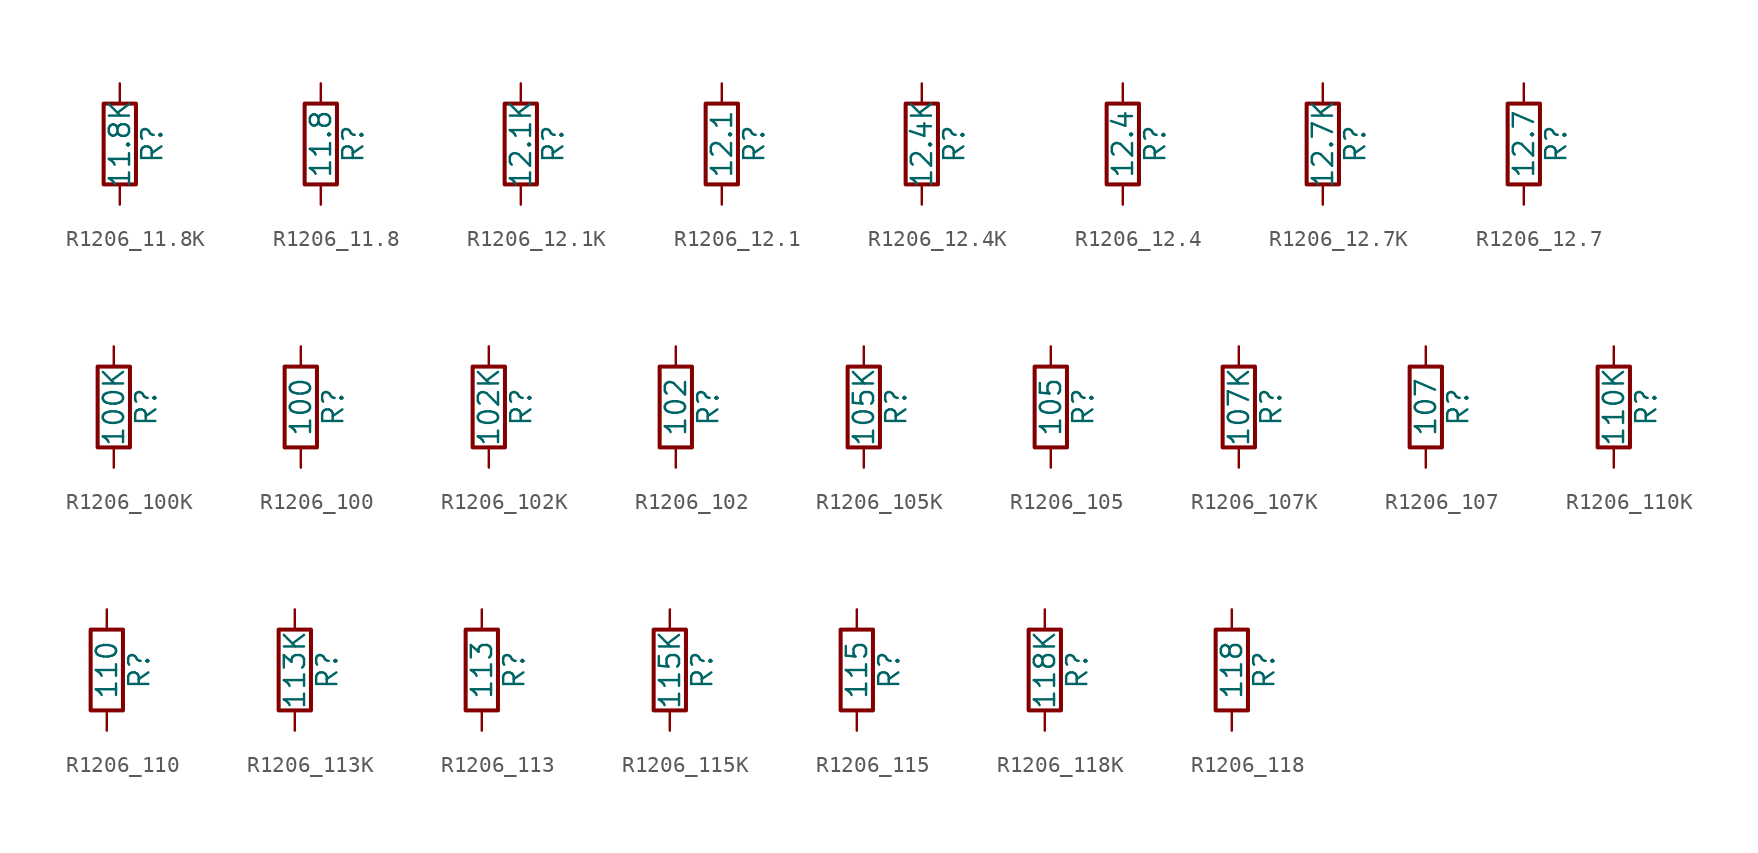
<source format=kicad_sym>
(kicad_symbol_lib
  (version 20211014)
  (generator atlantix-eda)
  (symbol "R1206_11.8K"
    (pin_numbers hide)
    (pin_names
      (offset 0))
    (property "Reference" "R"
      (at 2.032 0 90)
      (effects (font (size 1.27 1.27))))
    (property "Value" "11.8K"
      (at 0 0 90)
      (effects (font (size 1.27 1.27))))
    (symbol "R1206_11.8K_0_1"
      (rectangle (start -1.016 -2.54) (end 1.016 2.54) (stroke (width 0.254) (type default) (color 0 0 0 0)) (fill (type none))))
    (symbol "R1206_11.8K_1_1"
      (pin passive line (at 0 3.81 270) (length 1.27) (name "~" (effects (font (size 1.27 1.27)))) (number "1" (effects (font (size 1.27 1.27)))))
      (pin passive line (at 0 -3.81 90) (length 1.27) (name "~" (effects (font (size 1.27 1.27)))) (number "2" (effects (font (size 1.27 1.27)))))))
  (symbol "R1206_11.8"
    (pin_numbers hide)
    (pin_names
      (offset 0))
    (property "Reference" "R"
      (at 2.032 0 90)
      (effects (font (size 1.27 1.27))))
    (property "Value" "11.8"
      (at 0 0 90)
      (effects (font (size 1.27 1.27))))
    (symbol "R1206_11.8_0_1"
      (rectangle (start -1.016 -2.54) (end 1.016 2.54) (stroke (width 0.254) (type default) (color 0 0 0 0)) (fill (type none))))
    (symbol "R1206_11.8_1_1"
      (pin passive line (at 0 3.81 270) (length 1.27) (name "~" (effects (font (size 1.27 1.27)))) (number "1" (effects (font (size 1.27 1.27)))))
      (pin passive line (at 0 -3.81 90) (length 1.27) (name "~" (effects (font (size 1.27 1.27)))) (number "2" (effects (font (size 1.27 1.27)))))))
  (symbol "R1206_12.1K"
    (pin_numbers hide)
    (pin_names
      (offset 0))
    (property "Reference" "R"
      (at 2.032 0 90)
      (effects (font (size 1.27 1.27))))
    (property "Value" "12.1K"
      (at 0 0 90)
      (effects (font (size 1.27 1.27))))
    (symbol "R1206_12.1K_0_1"
      (rectangle (start -1.016 -2.54) (end 1.016 2.54) (stroke (width 0.254) (type default) (color 0 0 0 0)) (fill (type none))))
    (symbol "R1206_12.1K_1_1"
      (pin passive line (at 0 3.81 270) (length 1.27) (name "~" (effects (font (size 1.27 1.27)))) (number "1" (effects (font (size 1.27 1.27)))))
      (pin passive line (at 0 -3.81 90) (length 1.27) (name "~" (effects (font (size 1.27 1.27)))) (number "2" (effects (font (size 1.27 1.27)))))))
  (symbol "R1206_12.1"
    (pin_numbers hide)
    (pin_names
      (offset 0))
    (property "Reference" "R"
      (at 2.032 0 90)
      (effects (font (size 1.27 1.27))))
    (property "Value" "12.1"
      (at 0 0 90)
      (effects (font (size 1.27 1.27))))
    (symbol "R1206_12.1_0_1"
      (rectangle (start -1.016 -2.54) (end 1.016 2.54) (stroke (width 0.254) (type default) (color 0 0 0 0)) (fill (type none))))
    (symbol "R1206_12.1_1_1"
      (pin passive line (at 0 3.81 270) (length 1.27) (name "~" (effects (font (size 1.27 1.27)))) (number "1" (effects (font (size 1.27 1.27)))))
      (pin passive line (at 0 -3.81 90) (length 1.27) (name "~" (effects (font (size 1.27 1.27)))) (number "2" (effects (font (size 1.27 1.27)))))))
  (symbol "R1206_12.4K"
    (pin_numbers hide)
    (pin_names
      (offset 0))
    (property "Reference" "R"
      (at 2.032 0 90)
      (effects (font (size 1.27 1.27))))
    (property "Value" "12.4K"
      (at 0 0 90)
      (effects (font (size 1.27 1.27))))
    (symbol "R1206_12.4K_0_1"
      (rectangle (start -1.016 -2.54) (end 1.016 2.54) (stroke (width 0.254) (type default) (color 0 0 0 0)) (fill (type none))))
    (symbol "R1206_12.4K_1_1"
      (pin passive line (at 0 3.81 270) (length 1.27) (name "~" (effects (font (size 1.27 1.27)))) (number "1" (effects (font (size 1.27 1.27)))))
      (pin passive line (at 0 -3.81 90) (length 1.27) (name "~" (effects (font (size 1.27 1.27)))) (number "2" (effects (font (size 1.27 1.27)))))))
  (symbol "R1206_12.4"
    (pin_numbers hide)
    (pin_names
      (offset 0))
    (property "Reference" "R"
      (at 2.032 0 90)
      (effects (font (size 1.27 1.27))))
    (property "Value" "12.4"
      (at 0 0 90)
      (effects (font (size 1.27 1.27))))
    (symbol "R1206_12.4_0_1"
      (rectangle (start -1.016 -2.54) (end 1.016 2.54) (stroke (width 0.254) (type default) (color 0 0 0 0)) (fill (type none))))
    (symbol "R1206_12.4_1_1"
      (pin passive line (at 0 3.81 270) (length 1.27) (name "~" (effects (font (size 1.27 1.27)))) (number "1" (effects (font (size 1.27 1.27)))))
      (pin passive line (at 0 -3.81 90) (length 1.27) (name "~" (effects (font (size 1.27 1.27)))) (number "2" (effects (font (size 1.27 1.27)))))))
  (symbol "R1206_12.7K"
    (pin_numbers hide)
    (pin_names
      (offset 0))
    (property "Reference" "R"
      (at 2.032 0 90)
      (effects (font (size 1.27 1.27))))
    (property "Value" "12.7K"
      (at 0 0 90)
      (effects (font (size 1.27 1.27))))
    (symbol "R1206_12.7K_0_1"
      (rectangle (start -1.016 -2.54) (end 1.016 2.54) (stroke (width 0.254) (type default) (color 0 0 0 0)) (fill (type none))))
    (symbol "R1206_12.7K_1_1"
      (pin passive line (at 0 3.81 270) (length 1.27) (name "~" (effects (font (size 1.27 1.27)))) (number "1" (effects (font (size 1.27 1.27)))))
      (pin passive line (at 0 -3.81 90) (length 1.27) (name "~" (effects (font (size 1.27 1.27)))) (number "2" (effects (font (size 1.27 1.27)))))))
  (symbol "R1206_12.7"
    (pin_numbers hide)
    (pin_names
      (offset 0))
    (property "Reference" "R"
      (at 2.032 0 90)
      (effects (font (size 1.27 1.27))))
    (property "Value" "12.7"
      (at 0 0 90)
      (effects (font (size 1.27 1.27))))
    (symbol "R1206_12.7_0_1"
      (rectangle (start -1.016 -2.54) (end 1.016 2.54) (stroke (width 0.254) (type default) (color 0 0 0 0)) (fill (type none))))
    (symbol "R1206_12.7_1_1"
      (pin passive line (at 0 3.81 270) (length 1.27) (name "~" (effects (font (size 1.27 1.27)))) (number "1" (effects (font (size 1.27 1.27)))))
      (pin passive line (at 0 -3.81 90) (length 1.27) (name "~" (effects (font (size 1.27 1.27)))) (number "2" (effects (font (size 1.27 1.27)))))))
  (symbol "R1206_100K"
    (pin_numbers hide)
    (pin_names
      (offset 0))
    (property "Reference" "R"
      (at 2.032 0 90)
      (effects (font (size 1.27 1.27))))
    (property "Value" "100K"
      (at 0 0 90)
      (effects (font (size 1.27 1.27))))
    (symbol "R1206_100K_0_1"
      (rectangle (start -1.016 -2.54) (end 1.016 2.54) (stroke (width 0.254) (type default) (color 0 0 0 0)) (fill (type none))))
    (symbol "R1206_100K_1_1"
      (pin passive line (at 0 3.81 270) (length 1.27) (name "~" (effects (font (size 1.27 1.27)))) (number "1" (effects (font (size 1.27 1.27)))))
      (pin passive line (at 0 -3.81 90) (length 1.27) (name "~" (effects (font (size 1.27 1.27)))) (number "2" (effects (font (size 1.27 1.27)))))))
  (symbol "R1206_100"
    (pin_numbers hide)
    (pin_names
      (offset 0))
    (property "Reference" "R"
      (at 2.032 0 90)
      (effects (font (size 1.27 1.27))))
    (property "Value" "100"
      (at 0 0 90)
      (effects (font (size 1.27 1.27))))
    (symbol "R1206_100_0_1"
      (rectangle (start -1.016 -2.54) (end 1.016 2.54) (stroke (width 0.254) (type default) (color 0 0 0 0)) (fill (type none))))
    (symbol "R1206_100_1_1"
      (pin passive line (at 0 3.81 270) (length 1.27) (name "~" (effects (font (size 1.27 1.27)))) (number "1" (effects (font (size 1.27 1.27)))))
      (pin passive line (at 0 -3.81 90) (length 1.27) (name "~" (effects (font (size 1.27 1.27)))) (number "2" (effects (font (size 1.27 1.27)))))))
  (symbol "R1206_102K"
    (pin_numbers hide)
    (pin_names
      (offset 0))
    (property "Reference" "R"
      (at 2.032 0 90)
      (effects (font (size 1.27 1.27))))
    (property "Value" "102K"
      (at 0 0 90)
      (effects (font (size 1.27 1.27))))
    (symbol "R1206_102K_0_1"
      (rectangle (start -1.016 -2.54) (end 1.016 2.54) (stroke (width 0.254) (type default) (color 0 0 0 0)) (fill (type none))))
    (symbol "R1206_102K_1_1"
      (pin passive line (at 0 3.81 270) (length 1.27) (name "~" (effects (font (size 1.27 1.27)))) (number "1" (effects (font (size 1.27 1.27)))))
      (pin passive line (at 0 -3.81 90) (length 1.27) (name "~" (effects (font (size 1.27 1.27)))) (number "2" (effects (font (size 1.27 1.27)))))))
  (symbol "R1206_102"
    (pin_numbers hide)
    (pin_names
      (offset 0))
    (property "Reference" "R"
      (at 2.032 0 90)
      (effects (font (size 1.27 1.27))))
    (property "Value" "102"
      (at 0 0 90)
      (effects (font (size 1.27 1.27))))
    (symbol "R1206_102_0_1"
      (rectangle (start -1.016 -2.54) (end 1.016 2.54) (stroke (width 0.254) (type default) (color 0 0 0 0)) (fill (type none))))
    (symbol "R1206_102_1_1"
      (pin passive line (at 0 3.81 270) (length 1.27) (name "~" (effects (font (size 1.27 1.27)))) (number "1" (effects (font (size 1.27 1.27)))))
      (pin passive line (at 0 -3.81 90) (length 1.27) (name "~" (effects (font (size 1.27 1.27)))) (number "2" (effects (font (size 1.27 1.27)))))))
  (symbol "R1206_105K"
    (pin_numbers hide)
    (pin_names
      (offset 0))
    (property "Reference" "R"
      (at 2.032 0 90)
      (effects (font (size 1.27 1.27))))
    (property "Value" "105K"
      (at 0 0 90)
      (effects (font (size 1.27 1.27))))
    (symbol "R1206_105K_0_1"
      (rectangle (start -1.016 -2.54) (end 1.016 2.54) (stroke (width 0.254) (type default) (color 0 0 0 0)) (fill (type none))))
    (symbol "R1206_105K_1_1"
      (pin passive line (at 0 3.81 270) (length 1.27) (name "~" (effects (font (size 1.27 1.27)))) (number "1" (effects (font (size 1.27 1.27)))))
      (pin passive line (at 0 -3.81 90) (length 1.27) (name "~" (effects (font (size 1.27 1.27)))) (number "2" (effects (font (size 1.27 1.27)))))))
  (symbol "R1206_105"
    (pin_numbers hide)
    (pin_names
      (offset 0))
    (property "Reference" "R"
      (at 2.032 0 90)
      (effects (font (size 1.27 1.27))))
    (property "Value" "105"
      (at 0 0 90)
      (effects (font (size 1.27 1.27))))
    (symbol "R1206_105_0_1"
      (rectangle (start -1.016 -2.54) (end 1.016 2.54) (stroke (width 0.254) (type default) (color 0 0 0 0)) (fill (type none))))
    (symbol "R1206_105_1_1"
      (pin passive line (at 0 3.81 270) (length 1.27) (name "~" (effects (font (size 1.27 1.27)))) (number "1" (effects (font (size 1.27 1.27)))))
      (pin passive line (at 0 -3.81 90) (length 1.27) (name "~" (effects (font (size 1.27 1.27)))) (number "2" (effects (font (size 1.27 1.27)))))))
  (symbol "R1206_107K"
    (pin_numbers hide)
    (pin_names
      (offset 0))
    (property "Reference" "R"
      (at 2.032 0 90)
      (effects (font (size 1.27 1.27))))
    (property "Value" "107K"
      (at 0 0 90)
      (effects (font (size 1.27 1.27))))
    (symbol "R1206_107K_0_1"
      (rectangle (start -1.016 -2.54) (end 1.016 2.54) (stroke (width 0.254) (type default) (color 0 0 0 0)) (fill (type none))))
    (symbol "R1206_107K_1_1"
      (pin passive line (at 0 3.81 270) (length 1.27) (name "~" (effects (font (size 1.27 1.27)))) (number "1" (effects (font (size 1.27 1.27)))))
      (pin passive line (at 0 -3.81 90) (length 1.27) (name "~" (effects (font (size 1.27 1.27)))) (number "2" (effects (font (size 1.27 1.27)))))))
  (symbol "R1206_107"
    (pin_numbers hide)
    (pin_names
      (offset 0))
    (property "Reference" "R"
      (at 2.032 0 90)
      (effects (font (size 1.27 1.27))))
    (property "Value" "107"
      (at 0 0 90)
      (effects (font (size 1.27 1.27))))
    (symbol "R1206_107_0_1"
      (rectangle (start -1.016 -2.54) (end 1.016 2.54) (stroke (width 0.254) (type default) (color 0 0 0 0)) (fill (type none))))
    (symbol "R1206_107_1_1"
      (pin passive line (at 0 3.81 270) (length 1.27) (name "~" (effects (font (size 1.27 1.27)))) (number "1" (effects (font (size 1.27 1.27)))))
      (pin passive line (at 0 -3.81 90) (length 1.27) (name "~" (effects (font (size 1.27 1.27)))) (number "2" (effects (font (size 1.27 1.27)))))))
  (symbol "R1206_110K"
    (pin_numbers hide)
    (pin_names
      (offset 0))
    (property "Reference" "R"
      (at 2.032 0 90)
      (effects (font (size 1.27 1.27))))
    (property "Value" "110K"
      (at 0 0 90)
      (effects (font (size 1.27 1.27))))
    (symbol "R1206_110K_0_1"
      (rectangle (start -1.016 -2.54) (end 1.016 2.54) (stroke (width 0.254) (type default) (color 0 0 0 0)) (fill (type none))))
    (symbol "R1206_110K_1_1"
      (pin passive line (at 0 3.81 270) (length 1.27) (name "~" (effects (font (size 1.27 1.27)))) (number "1" (effects (font (size 1.27 1.27)))))
      (pin passive line (at 0 -3.81 90) (length 1.27) (name "~" (effects (font (size 1.27 1.27)))) (number "2" (effects (font (size 1.27 1.27)))))))
  (symbol "R1206_110"
    (pin_numbers hide)
    (pin_names
      (offset 0))
    (property "Reference" "R"
      (at 2.032 0 90)
      (effects (font (size 1.27 1.27))))
    (property "Value" "110"
      (at 0 0 90)
      (effects (font (size 1.27 1.27))))
    (symbol "R1206_110_0_1"
      (rectangle (start -1.016 -2.54) (end 1.016 2.54) (stroke (width 0.254) (type default) (color 0 0 0 0)) (fill (type none))))
    (symbol "R1206_110_1_1"
      (pin passive line (at 0 3.81 270) (length 1.27) (name "~" (effects (font (size 1.27 1.27)))) (number "1" (effects (font (size 1.27 1.27)))))
      (pin passive line (at 0 -3.81 90) (length 1.27) (name "~" (effects (font (size 1.27 1.27)))) (number "2" (effects (font (size 1.27 1.27)))))))
  (symbol "R1206_113K"
    (pin_numbers hide)
    (pin_names
      (offset 0))
    (property "Reference" "R"
      (at 2.032 0 90)
      (effects (font (size 1.27 1.27))))
    (property "Value" "113K"
      (at 0 0 90)
      (effects (font (size 1.27 1.27))))
    (symbol "R1206_113K_0_1"
      (rectangle (start -1.016 -2.54) (end 1.016 2.54) (stroke (width 0.254) (type default) (color 0 0 0 0)) (fill (type none))))
    (symbol "R1206_113K_1_1"
      (pin passive line (at 0 3.81 270) (length 1.27) (name "~" (effects (font (size 1.27 1.27)))) (number "1" (effects (font (size 1.27 1.27)))))
      (pin passive line (at 0 -3.81 90) (length 1.27) (name "~" (effects (font (size 1.27 1.27)))) (number "2" (effects (font (size 1.27 1.27)))))))
  (symbol "R1206_113"
    (pin_numbers hide)
    (pin_names
      (offset 0))
    (property "Reference" "R"
      (at 2.032 0 90)
      (effects (font (size 1.27 1.27))))
    (property "Value" "113"
      (at 0 0 90)
      (effects (font (size 1.27 1.27))))
    (symbol "R1206_113_0_1"
      (rectangle (start -1.016 -2.54) (end 1.016 2.54) (stroke (width 0.254) (type default) (color 0 0 0 0)) (fill (type none))))
    (symbol "R1206_113_1_1"
      (pin passive line (at 0 3.81 270) (length 1.27) (name "~" (effects (font (size 1.27 1.27)))) (number "1" (effects (font (size 1.27 1.27)))))
      (pin passive line (at 0 -3.81 90) (length 1.27) (name "~" (effects (font (size 1.27 1.27)))) (number "2" (effects (font (size 1.27 1.27)))))))
  (symbol "R1206_115K"
    (pin_numbers hide)
    (pin_names
      (offset 0))
    (property "Reference" "R"
      (at 2.032 0 90)
      (effects (font (size 1.27 1.27))))
    (property "Value" "115K"
      (at 0 0 90)
      (effects (font (size 1.27 1.27))))
    (symbol "R1206_115K_0_1"
      (rectangle (start -1.016 -2.54) (end 1.016 2.54) (stroke (width 0.254) (type default) (color 0 0 0 0)) (fill (type none))))
    (symbol "R1206_115K_1_1"
      (pin passive line (at 0 3.81 270) (length 1.27) (name "~" (effects (font (size 1.27 1.27)))) (number "1" (effects (font (size 1.27 1.27)))))
      (pin passive line (at 0 -3.81 90) (length 1.27) (name "~" (effects (font (size 1.27 1.27)))) (number "2" (effects (font (size 1.27 1.27)))))))
  (symbol "R1206_115"
    (pin_numbers hide)
    (pin_names
      (offset 0))
    (property "Reference" "R"
      (at 2.032 0 90)
      (effects (font (size 1.27 1.27))))
    (property "Value" "115"
      (at 0 0 90)
      (effects (font (size 1.27 1.27))))
    (symbol "R1206_115_0_1"
      (rectangle (start -1.016 -2.54) (end 1.016 2.54) (stroke (width 0.254) (type default) (color 0 0 0 0)) (fill (type none))))
    (symbol "R1206_115_1_1"
      (pin passive line (at 0 3.81 270) (length 1.27) (name "~" (effects (font (size 1.27 1.27)))) (number "1" (effects (font (size 1.27 1.27)))))
      (pin passive line (at 0 -3.81 90) (length 1.27) (name "~" (effects (font (size 1.27 1.27)))) (number "2" (effects (font (size 1.27 1.27)))))))
  (symbol "R1206_118K"
    (pin_numbers hide)
    (pin_names
      (offset 0))
    (property "Reference" "R"
      (at 2.032 0 90)
      (effects (font (size 1.27 1.27))))
    (property "Value" "118K"
      (at 0 0 90)
      (effects (font (size 1.27 1.27))))
    (symbol "R1206_118K_0_1"
      (rectangle (start -1.016 -2.54) (end 1.016 2.54) (stroke (width 0.254) (type default) (color 0 0 0 0)) (fill (type none))))
    (symbol "R1206_118K_1_1"
      (pin passive line (at 0 3.81 270) (length 1.27) (name "~" (effects (font (size 1.27 1.27)))) (number "1" (effects (font (size 1.27 1.27)))))
      (pin passive line (at 0 -3.81 90) (length 1.27) (name "~" (effects (font (size 1.27 1.27)))) (number "2" (effects (font (size 1.27 1.27)))))))
  (symbol "R1206_118"
    (pin_numbers hide)
    (pin_names
      (offset 0))
    (property "Reference" "R"
      (at 2.032 0 90)
      (effects (font (size 1.27 1.27))))
    (property "Value" "118"
      (at 0 0 90)
      (effects (font (size 1.27 1.27))))
    (symbol "R1206_118_0_1"
      (rectangle (start -1.016 -2.54) (end 1.016 2.54) (stroke (width 0.254) (type default) (color 0 0 0 0)) (fill (type none))))
    (symbol "R1206_118_1_1"
      (pin passive line (at 0 3.81 270) (length 1.27) (name "~" (effects (font (size 1.27 1.27)))) (number "1" (effects (font (size 1.27 1.27)))))
      (pin passive line (at 0 -3.81 90) (length 1.27) (name "~" (effects (font (size 1.27 1.27)))) (number "2" (effects (font (size 1.27 1.27))))))))
</source>
